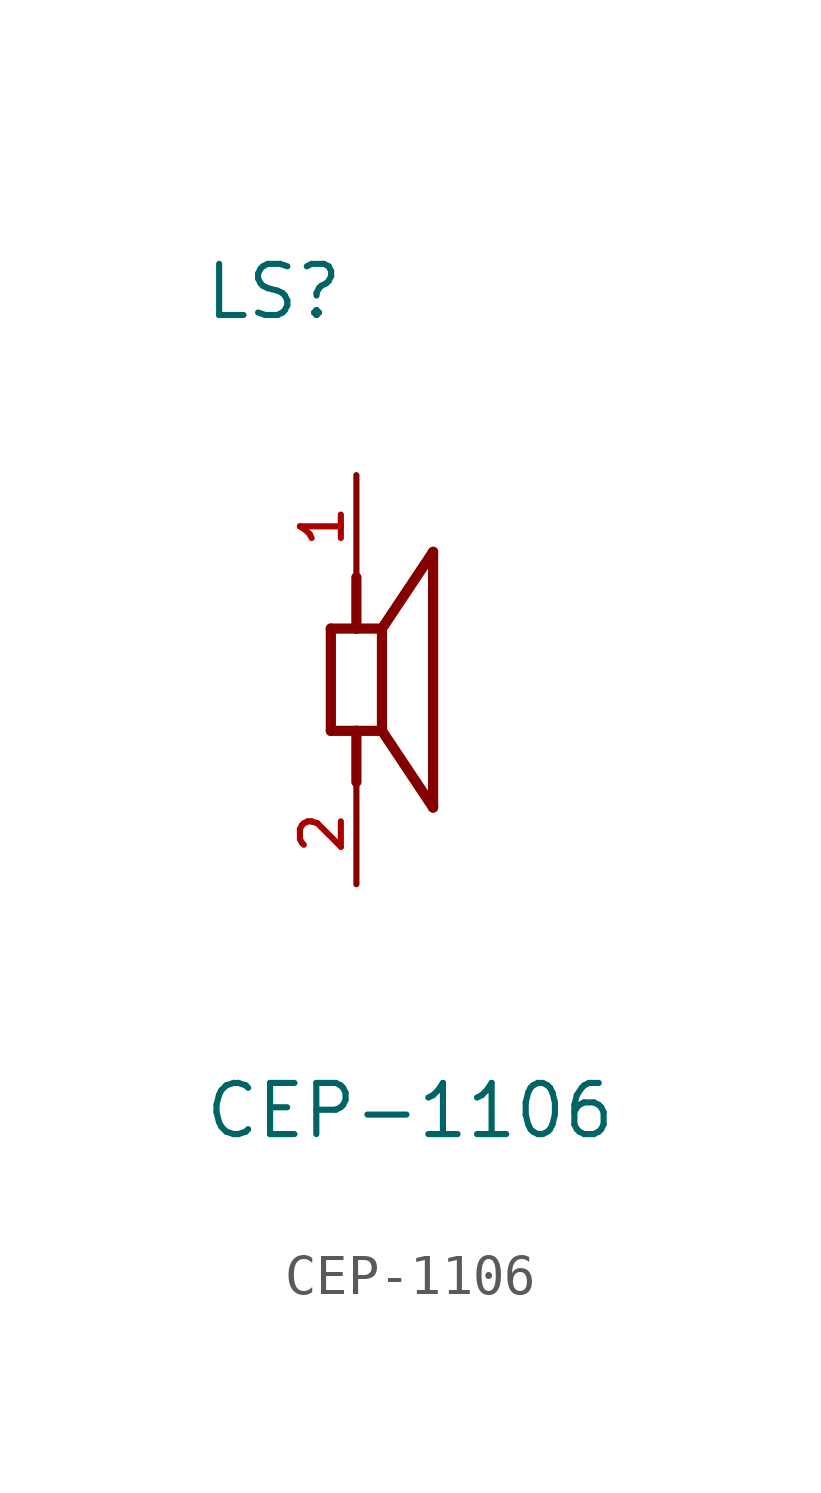
<source format=kicad_sym>
(kicad_symbol_lib
  (version 20211014)
  (generator kicad_symbol_editor)
  (symbol "CEP-1106"
    (pin_names
      (offset 1.016))
    (property "Reference" "LS"
      (at -3.812 8.896 0)
      (effects (font (size 1.27 1.27)) (justify bottom left)))
    (property "Value" "CEP-1106"
      (at -3.817 -11.45 0)
      (effects (font (size 1.27 1.27)) (justify bottom left)))
    (symbol "CEP-1106_0_0"
      (polyline (pts (xy -0.635 1.27) (xy 0.0 1.27)) (stroke (width 0.254)))
      (polyline (pts (xy 0.0 1.27) (xy 0.635 1.27)) (stroke (width 0.254)))
      (polyline (pts (xy 0.635 1.27) (xy 0.635 -1.27)) (stroke (width 0.254)))
      (polyline (pts (xy 0.635 -1.27) (xy 0.0 -1.27)) (stroke (width 0.254)))
      (polyline (pts (xy 0.0 -1.27) (xy -0.635 -1.27)) (stroke (width 0.254)))
      (polyline (pts (xy -0.635 -1.27) (xy -0.635 1.27)) (stroke (width 0.254)))
      (polyline (pts (xy 0.635 1.27) (xy 1.905 3.175)) (stroke (width 0.254)))
      (polyline (pts (xy 1.905 3.175) (xy 1.905 -3.175)) (stroke (width 0.254)))
      (polyline (pts (xy 1.905 -3.175) (xy 0.635 -1.27)) (stroke (width 0.254)))
      (polyline (pts (xy 0.0 1.27) (xy 0.0 2.54)) (stroke (width 0.254)))
      (polyline (pts (xy 0.0 -1.27) (xy 0.0 -2.54)) (stroke (width 0.254)))
      (pin passive line (at 0.0 5.08 270.0) (length 2.54) (name "~" (effects (font (size 1.016 1.016)))) (number "1" (effects (font (size 1.016 1.016)))))
      (pin passive line (at 0.0 -5.08 90.0) (length 2.54) (name "~" (effects (font (size 1.016 1.016)))) (number "2" (effects (font (size 1.016 1.016))))))))
</source>
